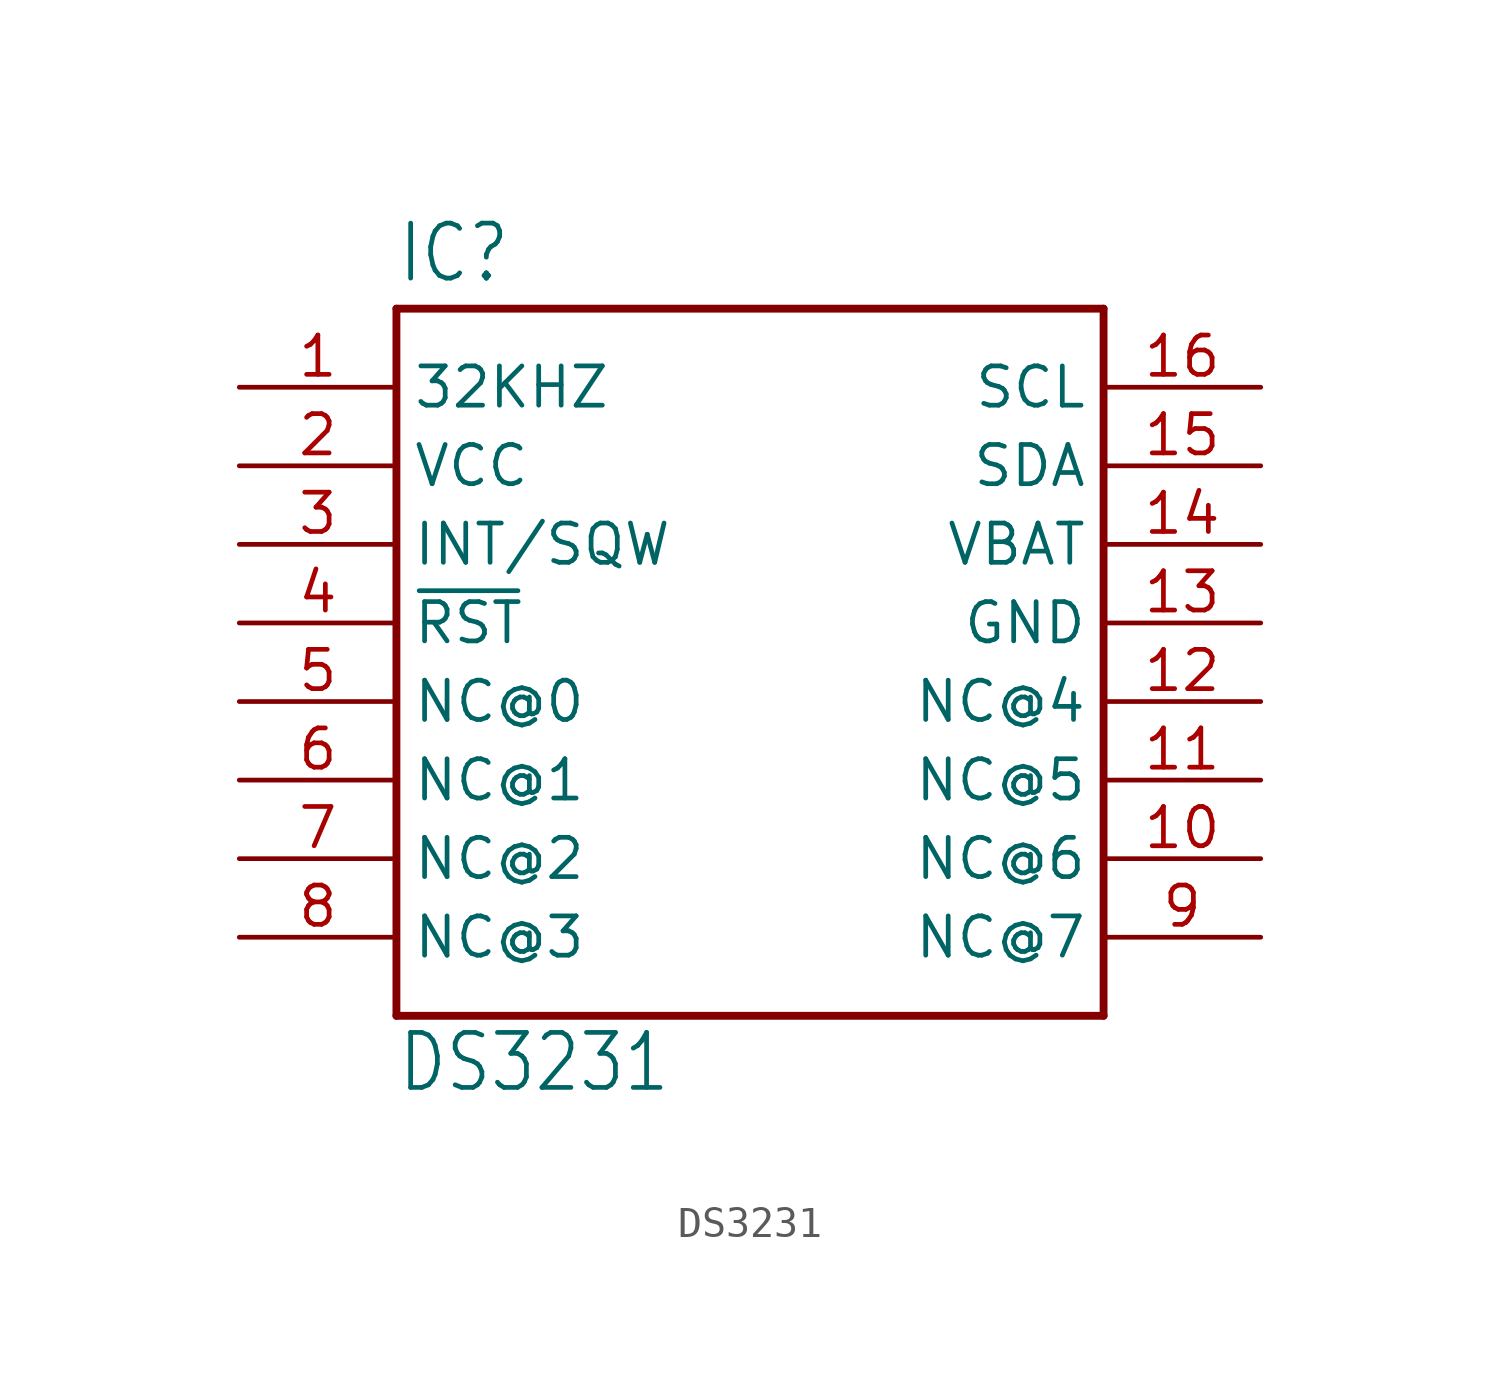
<source format=kicad_sym>
(kicad_symbol_lib
  (version 20211014)
  (generator kicad_symbol_editor)
  (symbol "DS3231"
    (property "Reference" "IC"
      (at -10.16 13.462 0)
      (effects (font (size 1.778 1.511)) (justify left bottom)))
    (property "Value" "DS3231"
      (at -10.16 -12.7 0)
      (effects (font (size 1.778 1.511)) (justify left bottom)))
    (property "ki_locked" ""
      (at 0 0 0)
      (effects (font (size 1.27 1.27))))
    (symbol "DS3231_1_0"
      (polyline (pts (xy -10.16 -10.16) (xy 12.7 -10.16)) (stroke (width 0.254) (type default) (color 0 0 0 0)) (fill (type none)))
      (polyline (pts (xy -10.16 12.7) (xy -10.16 -10.16)) (stroke (width 0.254) (type default) (color 0 0 0 0)) (fill (type none)))
      (polyline (pts (xy 12.7 -10.16) (xy 12.7 12.7)) (stroke (width 0.254) (type default) (color 0 0 0 0)) (fill (type none)))
      (polyline (pts (xy 12.7 12.7) (xy -10.16 12.7)) (stroke (width 0.254) (type default) (color 0 0 0 0)) (fill (type none)))
      (pin bidirectional line (at -15.24 10.16 0) (length 5.08) (name "32KHZ" (effects (font (size 1.27 1.27)))) (number "1" (effects (font (size 1.27 1.27)))))
      (pin bidirectional line (at 17.78 -5.08 180) (length 5.08) (name "NC@6" (effects (font (size 1.27 1.27)))) (number "10" (effects (font (size 1.27 1.27)))))
      (pin bidirectional line (at 17.78 -2.54 180) (length 5.08) (name "NC@5" (effects (font (size 1.27 1.27)))) (number "11" (effects (font (size 1.27 1.27)))))
      (pin bidirectional line (at 17.78 0 180) (length 5.08) (name "NC@4" (effects (font (size 1.27 1.27)))) (number "12" (effects (font (size 1.27 1.27)))))
      (pin power_in line (at 17.78 2.54 180) (length 5.08) (name "GND" (effects (font (size 1.27 1.27)))) (number "13" (effects (font (size 1.27 1.27)))))
      (pin bidirectional line (at 17.78 5.08 180) (length 5.08) (name "VBAT" (effects (font (size 1.27 1.27)))) (number "14" (effects (font (size 1.27 1.27)))))
      (pin bidirectional line (at 17.78 7.62 180) (length 5.08) (name "SDA" (effects (font (size 1.27 1.27)))) (number "15" (effects (font (size 1.27 1.27)))))
      (pin bidirectional line (at 17.78 10.16 180) (length 5.08) (name "SCL" (effects (font (size 1.27 1.27)))) (number "16" (effects (font (size 1.27 1.27)))))
      (pin power_in line (at -15.24 7.62 0) (length 5.08) (name "VCC" (effects (font (size 1.27 1.27)))) (number "2" (effects (font (size 1.27 1.27)))))
      (pin bidirectional line (at -15.24 5.08 0) (length 5.08) (name "INT/SQW" (effects (font (size 1.27 1.27)))) (number "3" (effects (font (size 1.27 1.27)))))
      (pin bidirectional line (at -15.24 2.54 0) (length 5.08) (name "~{RST}" (effects (font (size 1.27 1.27)))) (number "4" (effects (font (size 1.27 1.27)))))
      (pin bidirectional line (at -15.24 0 0) (length 5.08) (name "NC@0" (effects (font (size 1.27 1.27)))) (number "5" (effects (font (size 1.27 1.27)))))
      (pin bidirectional line (at -15.24 -2.54 0) (length 5.08) (name "NC@1" (effects (font (size 1.27 1.27)))) (number "6" (effects (font (size 1.27 1.27)))))
      (pin bidirectional line (at -15.24 -5.08 0) (length 5.08) (name "NC@2" (effects (font (size 1.27 1.27)))) (number "7" (effects (font (size 1.27 1.27)))))
      (pin bidirectional line (at -15.24 -7.62 0) (length 5.08) (name "NC@3" (effects (font (size 1.27 1.27)))) (number "8" (effects (font (size 1.27 1.27)))))
      (pin bidirectional line (at 17.78 -7.62 180) (length 5.08) (name "NC@7" (effects (font (size 1.27 1.27)))) (number "9" (effects (font (size 1.27 1.27))))))))
</source>
